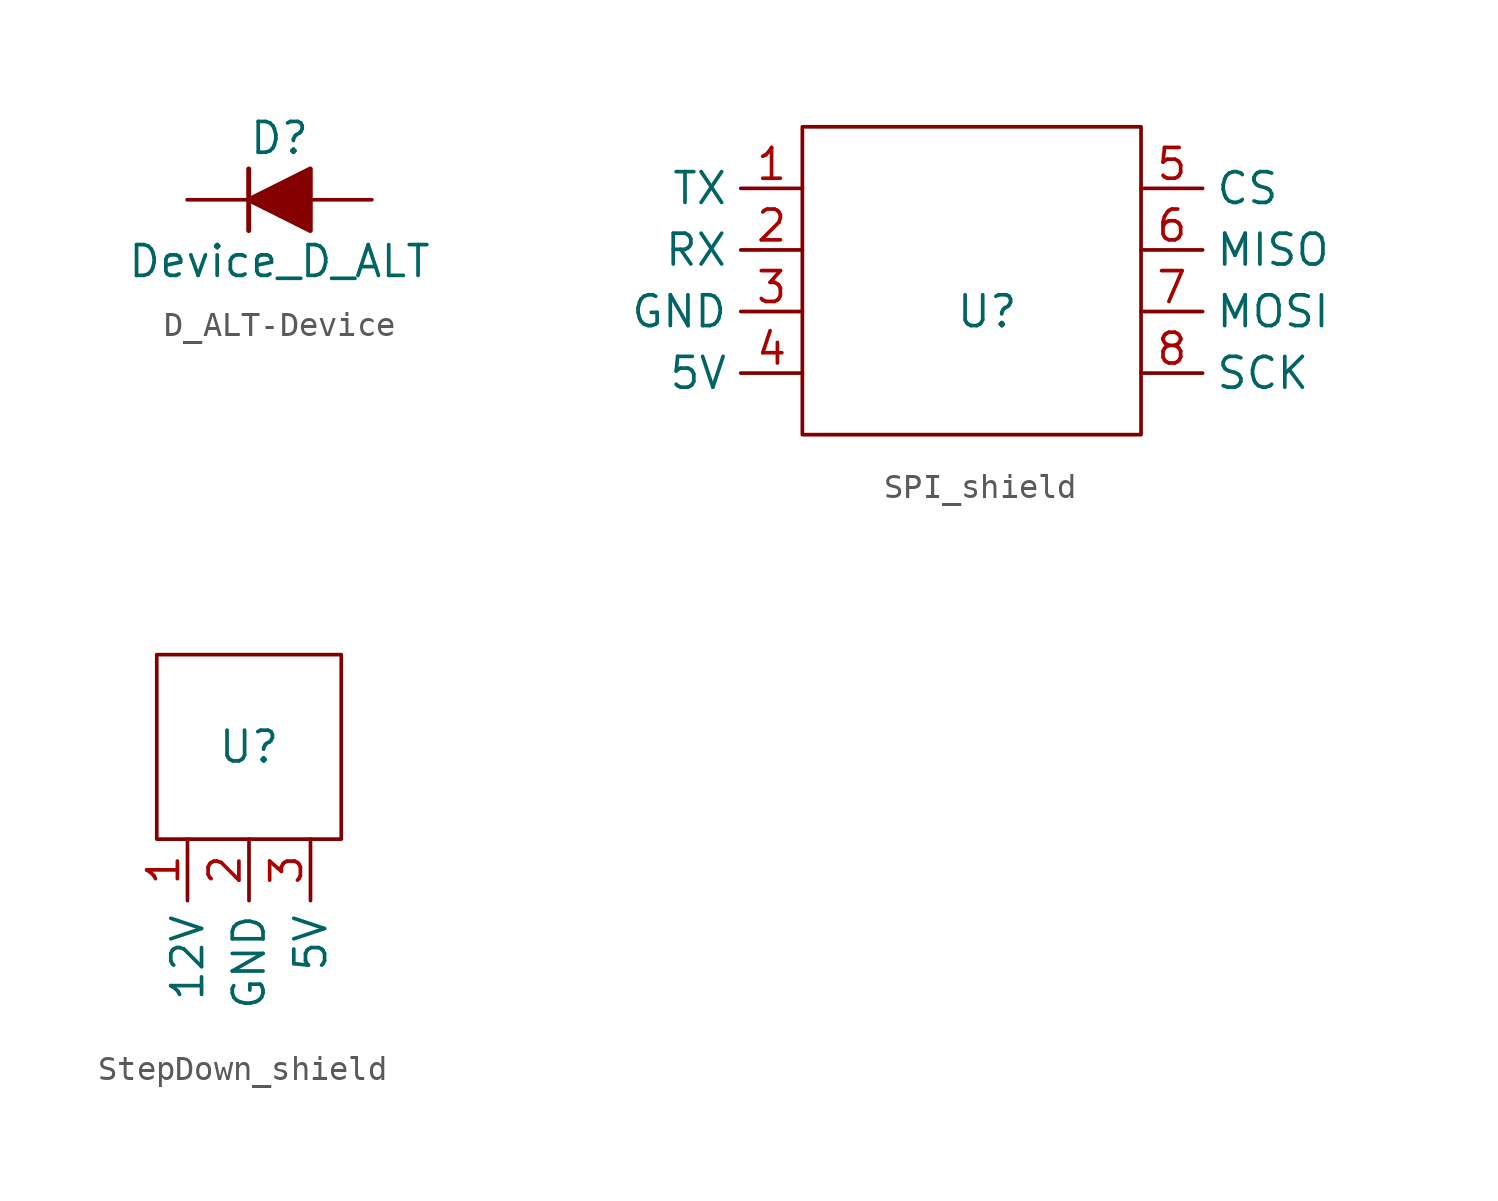
<source format=kicad_sym>
(kicad_symbol_lib
  (version 20220914)
  (generator kicad_symbol_editor)
  (symbol "D_ALT-Device"
    (pin_numbers hide)
    (pin_names
      (offset 1.016) hide)
    (property "Reference" "D"
      (at 0 2.54 0)
      (effects (font (size 1.27 1.27))))
    (property "Value" "Device_D_ALT"
      (at 0 -2.54 0)
      (effects (font (size 1.27 1.27))))
    (symbol "D_ALT-Device_0_1"
      (polyline (pts (xy -1.27 1.27) (xy -1.27 -1.27)) (stroke (width 0.203) (type solid)) (fill (type none)))
      (polyline (pts (xy 1.27 0) (xy -1.27 0)) (stroke (width 0) (type solid)) (fill (type none)))
      (polyline (pts (xy 1.27 1.27) (xy 1.27 -1.27) (xy -1.27 0) (xy 1.27 1.27)) (stroke (width 0.203) (type solid)) (fill (type outline))))
    (symbol "D_ALT-Device_1_1"
      (pin passive line (at -3.81 0 0) (length 2.54) (name "K" (effects (font (size 1.27 1.27)))) (number "1" (effects (font (size 1.27 1.27)))))
      (pin passive line (at 3.81 0 180) (length 2.54) (name "A" (effects (font (size 1.27 1.27)))) (number "2" (effects (font (size 1.27 1.27)))))))
  (symbol "SPI_shield"
    (property "Reference" "U"
      (at 0 0 0)
      (effects (font (size 1.27 1.27))))
    (property "Value" ""
      (at 0 0 0)
      (effects (font (size 1.27 1.27))))
    (symbol "SPI_shield_0_1"
      (rectangle (start -7.62 7.62) (end 6.35 -5.08) (stroke (width 0) (type default)) (fill (type none))))
    (symbol "SPI_shield_1_1"
      (pin input line (at -7.62 5.08 180) (length 2.54) (name "TX" (effects (font (size 1.27 1.27)))) (number "1" (effects (font (size 1.27 1.27)))))
      (pin input line (at -7.62 2.54 180) (length 2.54) (name "RX" (effects (font (size 1.27 1.27)))) (number "2" (effects (font (size 1.27 1.27)))))
      (pin input line (at -7.62 0 180) (length 2.54) (name "GND" (effects (font (size 1.27 1.27)))) (number "3" (effects (font (size 1.27 1.27)))))
      (pin input line (at -7.62 -2.54 180) (length 2.54) (name "5V" (effects (font (size 1.27 1.27)))) (number "4" (effects (font (size 1.27 1.27)))))
      (pin input line (at 6.35 5.08 0) (length 2.54) (name "CS" (effects (font (size 1.27 1.27)))) (number "5" (effects (font (size 1.27 1.27)))))
      (pin input line (at 6.35 2.54 0) (length 2.54) (name "MISO" (effects (font (size 1.27 1.27)))) (number "6" (effects (font (size 1.27 1.27)))))
      (pin input line (at 6.35 0 0) (length 2.54) (name "MOSI" (effects (font (size 1.27 1.27)))) (number "7" (effects (font (size 1.27 1.27)))))
      (pin input line (at 6.35 -2.54 0) (length 2.54) (name "SCK" (effects (font (size 1.27 1.27)))) (number "8" (effects (font (size 1.27 1.27)))))))
  (symbol "StepDown_shield"
    (property "Reference" "U"
      (at 0 0 0)
      (effects (font (size 1.27 1.27))))
    (property "Value" ""
      (at 0 0 0)
      (effects (font (size 1.27 1.27))))
    (symbol "StepDown_shield_0_1"
      (rectangle (start -3.81 3.81) (end 3.81 -3.81) (stroke (width 0) (type default)) (fill (type none))))
    (symbol "StepDown_shield_1_1"
      (pin input line (at -2.54 -3.81 270) (length 2.54) (name "12V" (effects (font (size 1.27 1.27)))) (number "1" (effects (font (size 1.27 1.27)))))
      (pin input line (at 0 -3.81 270) (length 2.54) (name "GND" (effects (font (size 1.27 1.27)))) (number "2" (effects (font (size 1.27 1.27)))))
      (pin input line (at 2.54 -3.81 270) (length 2.54) (name "5V" (effects (font (size 1.27 1.27)))) (number "3" (effects (font (size 1.27 1.27))))))))
</source>
